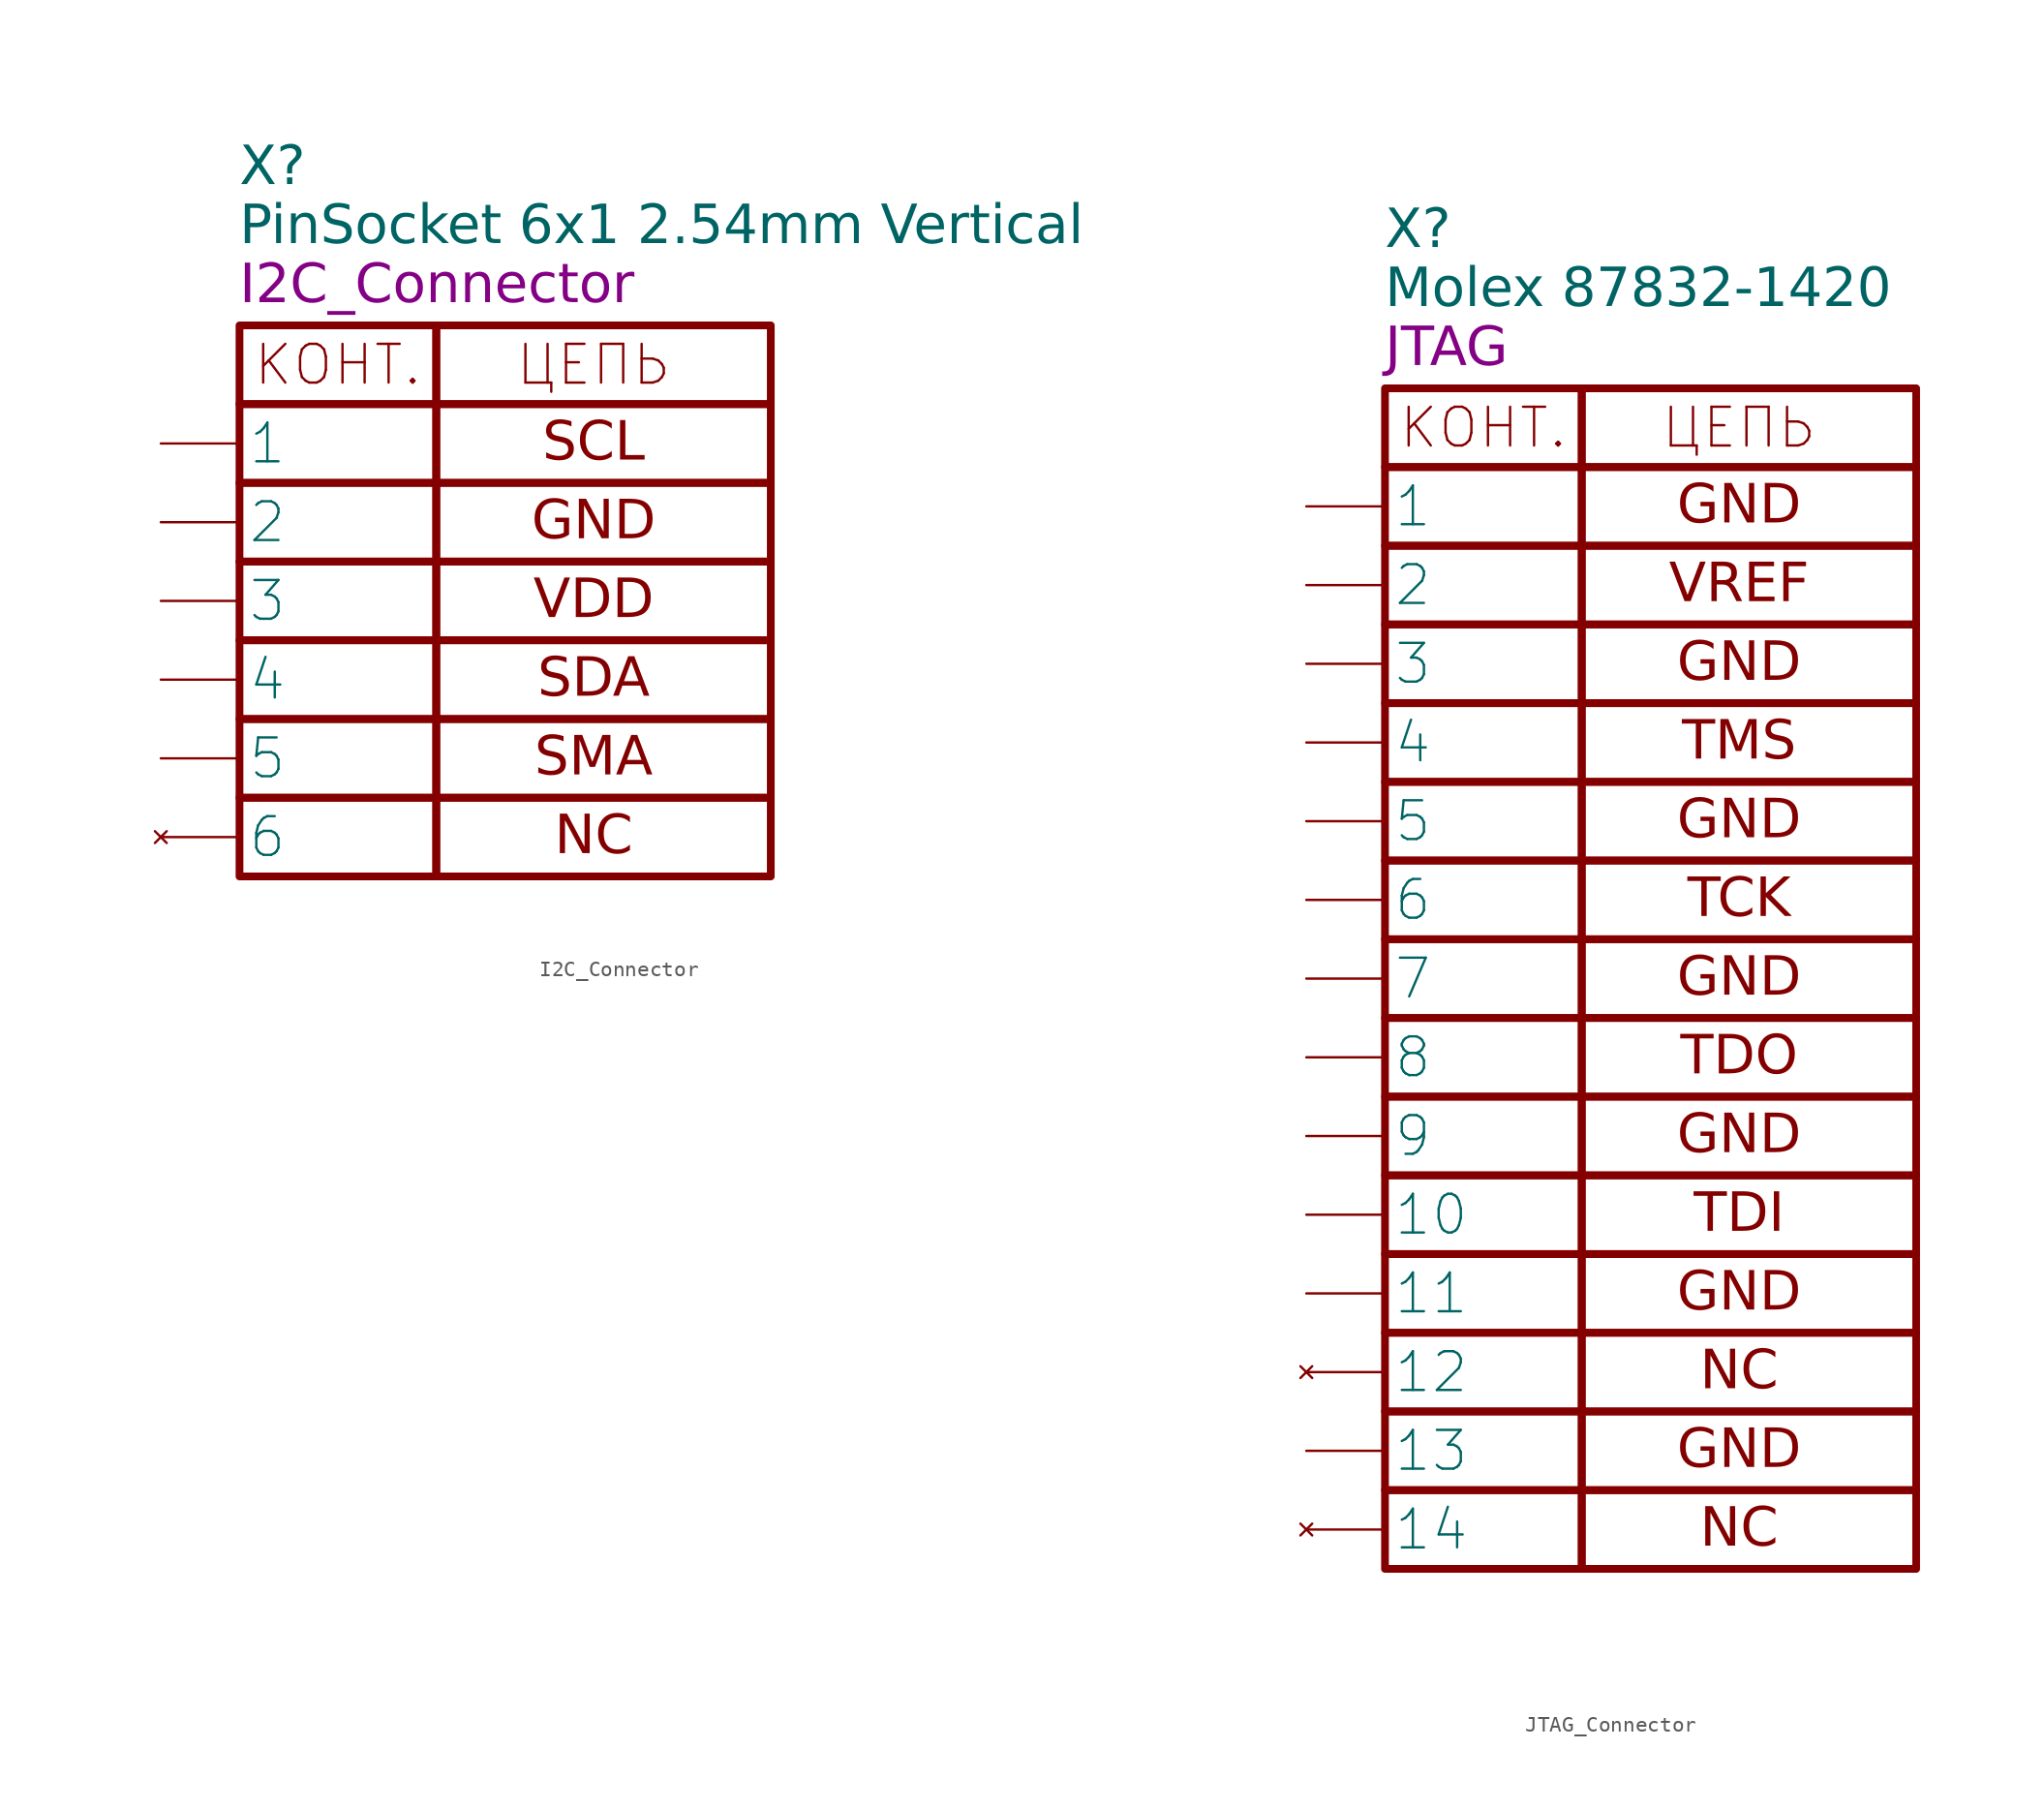
<source format=kicad_sym>
(kicad_symbol_lib
  (version 20241209)
  (generator "kicad_symbol_editor")
  (generator_version "9.0")
  (symbol "I2C_Connector"
    (pin_numbers
      (hide yes))
    (property "Reference" "X"
      (at -12.7 10.16 0)
      (effects (font (face "GOST type A") (size 2.5 2.5) (italic yes)) (justify left)))
    (property "Value" "PinSocket 6x1 2.54mm Vertical"
      (at -12.7 6.35 0)
      (effects (font (face "GOST type A") (size 2.5 2.5) (italic yes)) (justify left)))
    (property "Name" "I2C_Connector"
      (at -12.7 2.54 0)
      (effects (font (face "GOST type A") (size 2.5 2.5) (italic yes)) (justify left)))
    (symbol "I2C_Connector_0_1"
      (rectangle (start -12.7 0) (end 0 -5.08) (stroke (width 0.5) (type default)) (fill (type none)))
      (rectangle (start -12.7 -5.08) (end 0 -10.16) (stroke (width 0.5) (type default)) (fill (type none)))
      (rectangle (start -12.7 -10.16) (end 0 -15.24) (stroke (width 0.5) (type default)) (fill (type none)))
      (rectangle (start -12.7 -15.24) (end 0 -20.32) (stroke (width 0.5) (type default)) (fill (type none)))
      (rectangle (start -12.7 -20.32) (end 0 -25.4) (stroke (width 0.5) (type default)) (fill (type none)))
      (rectangle (start -12.7 -25.4) (end 0 -30.48) (stroke (width 0.5) (type default)) (fill (type none)))
      (rectangle (start -12.7 -30.48) (end 0 -35.56) (stroke (width 0.5) (type default)) (fill (type none)))
      (rectangle (start 0 0) (end 21.59 -5.08) (stroke (width 0.5) (type default)) (fill (type none)))
      (text "КОНТ." (at -6.35 -2.54 0) (effects (font (size 2.5 2.5))))
      (text "ЦЕПЬ" (at 10.16 -2.54 0) (effects (font (size 2.5 2.5)))))
    (symbol "I2C_Connector_1_1"
      (rectangle (start 0 -10.16) (end 21.59 -5.08) (stroke (width 0.5) (type default)) (fill (type none)))
      (rectangle (start 0 -15.24) (end 21.59 -10.16) (stroke (width 0.5) (type default)) (fill (type none)))
      (rectangle (start 0 -15.24) (end 21.59 -20.32) (stroke (width 0.5) (type default)) (fill (type none)))
      (rectangle (start 0 -25.4) (end 21.59 -20.32) (stroke (width 0.5) (type default)) (fill (type none)))
      (rectangle (start 0 -30.48) (end 21.59 -25.4) (stroke (width 0.5) (type default)) (fill (type none)))
      (rectangle (start 0 -35.56) (end 21.59 -30.48) (stroke (width 0.5) (type default)) (fill (type none)))
      (text "SCL" (at 10.16 -7.62 0) (effects (font (face "GOST type A") (size 2.5 2.5))))
      (text "GND\n" (at 10.16 -12.7 0) (effects (font (face "GOST type A") (size 2.5 2.5))))
      (text "VDD" (at 10.16 -17.78 0) (effects (font (face "GOST type A") (size 2.5 2.5))))
      (text "SDA" (at 10.16 -22.86 0) (effects (font (face "GOST type A") (size 2.5 2.5))))
      (text "SMA" (at 10.16 -27.94 0) (effects (font (face "GOST type A") (size 2.5 2.5))))
      (text "NC" (at 10.16 -33.02 0) (effects (font (face "GOST type A") (size 2.5 2.5))))
      (pin open_collector line (at -17.78 -7.62 0) (length 5.08) (name "1" (effects (font (size 2.5 2.5)))) (number "1" (effects (font (size 2.5 2.5)))))
      (pin power_in line (at -17.78 -12.7 0) (length 5.08) (name "2" (effects (font (size 2.5 2.5)))) (number "2" (effects (font (size 2.5 2.5)))))
      (pin passive line (at -17.78 -17.78 0) (length 5.08) (name "3" (effects (font (size 2.5 2.5)))) (number "3" (effects (font (size 2.5 2.5)))))
      (pin open_collector line (at -17.78 -22.86 0) (length 5.08) (name "4" (effects (font (size 2.5 2.5)))) (number "4" (effects (font (size 2.5 2.5)))))
      (pin open_collector line (at -17.78 -27.94 0) (length 5.08) (name "5" (effects (font (size 2.5 2.5)))) (number "5" (effects (font (size 2.5 2.5)))))
      (pin no_connect line (at -17.78 -33.02 0) (length 5.08) (name "6" (effects (font (size 2.5 2.5)))) (number "6" (effects (font (size 2.5 2.5)))))))
  (symbol "JTAG_Connector"
    (pin_numbers
      (hide yes))
    (property "Reference" "X"
      (at -12.7 10.16 0)
      (effects (font (face "GOST type A") (size 2.5 2.5) (italic yes)) (justify left)))
    (property "Value" "Molex 87832-1420"
      (at -12.7 6.35 0)
      (effects (font (face "GOST type A") (size 2.5 2.5) (italic yes)) (justify left)))
    (property "Name" "JTAG"
      (at -12.7 2.54 0)
      (effects (font (face "GOST type A") (size 2.5 2.5) (italic yes)) (justify left)))
    (symbol "JTAG_Connector_0_1"
      (rectangle (start -12.7 0) (end 0 -5.08) (stroke (width 0.5) (type default)) (fill (type none)))
      (rectangle (start -12.7 -5.08) (end 0 -10.16) (stroke (width 0.5) (type default)) (fill (type none)))
      (rectangle (start -12.7 -10.16) (end 0 -15.24) (stroke (width 0.5) (type default)) (fill (type none)))
      (rectangle (start -12.7 -15.24) (end 0 -20.32) (stroke (width 0.5) (type default)) (fill (type none)))
      (rectangle (start -12.7 -20.32) (end 0 -25.4) (stroke (width 0.5) (type default)) (fill (type none)))
      (rectangle (start -12.7 -25.4) (end 0 -30.48) (stroke (width 0.5) (type default)) (fill (type none)))
      (rectangle (start -12.7 -30.48) (end 0 -35.56) (stroke (width 0.5) (type default)) (fill (type none)))
      (rectangle (start -12.7 -35.56) (end 0 -40.64) (stroke (width 0.5) (type default)) (fill (type none)))
      (rectangle (start -12.7 -40.64) (end 0 -45.72) (stroke (width 0.5) (type default)) (fill (type none)))
      (rectangle (start -12.7 -45.72) (end 0 -50.8) (stroke (width 0.5) (type default)) (fill (type none)))
      (rectangle (start -12.7 -50.8) (end 0 -55.88) (stroke (width 0.5) (type default)) (fill (type none)))
      (rectangle (start -12.7 -55.88) (end 0 -60.96) (stroke (width 0.5) (type default)) (fill (type none)))
      (rectangle (start -12.7 -60.96) (end 0 -66.04) (stroke (width 0.5) (type default)) (fill (type none)))
      (rectangle (start -12.7 -66.04) (end 0 -71.12) (stroke (width 0.5) (type default)) (fill (type none)))
      (rectangle (start -12.7 -71.12) (end 0 -76.2) (stroke (width 0.5) (type default)) (fill (type none)))
      (rectangle (start 0 0) (end 21.59 -5.08) (stroke (width 0.5) (type default)) (fill (type none)))
      (text "КОНТ." (at -6.35 -2.54 0) (effects (font (size 2.5 2.5))))
      (text "ЦЕПЬ" (at 10.16 -2.54 0) (effects (font (size 2.5 2.5)))))
    (symbol "JTAG_Connector_1_1"
      (rectangle (start 0 -10.16) (end 21.59 -5.08) (stroke (width 0.5) (type default)) (fill (type none)))
      (rectangle (start 0 -15.24) (end 21.59 -10.16) (stroke (width 0.5) (type default)) (fill (type none)))
      (rectangle (start 0 -20.32) (end 21.59 -15.24) (stroke (width 0.5) (type default)) (fill (type none)))
      (rectangle (start 0 -25.4) (end 21.59 -20.32) (stroke (width 0.5) (type default)) (fill (type none)))
      (rectangle (start 0 -30.48) (end 21.59 -25.4) (stroke (width 0.5) (type default)) (fill (type none)))
      (rectangle (start 0 -35.56) (end 21.59 -30.48) (stroke (width 0.5) (type default)) (fill (type none)))
      (rectangle (start 0 -40.64) (end 21.59 -35.56) (stroke (width 0.5) (type default)) (fill (type none)))
      (rectangle (start 0 -45.72) (end 21.59 -40.64) (stroke (width 0.5) (type default)) (fill (type none)))
      (rectangle (start 0 -50.8) (end 21.59 -45.72) (stroke (width 0.5) (type default)) (fill (type none)))
      (rectangle (start 0 -55.88) (end 21.59 -50.8) (stroke (width 0.5) (type default)) (fill (type none)))
      (rectangle (start 0 -60.96) (end 21.59 -55.88) (stroke (width 0.5) (type default)) (fill (type none)))
      (rectangle (start 0 -66.04) (end 21.59 -60.96) (stroke (width 0.5) (type default)) (fill (type none)))
      (rectangle (start 0 -71.12) (end 21.59 -66.04) (stroke (width 0.5) (type default)) (fill (type none)))
      (rectangle (start 0 -76.2) (end 21.59 -71.12) (stroke (width 0.5) (type default)) (fill (type none)))
      (text "GND" (at 10.16 -7.62 0) (effects (font (face "GOST type A") (size 2.5 2.5))))
      (text "VREF\n" (at 10.16 -12.7 0) (effects (font (face "GOST type A") (size 2.5 2.5))))
      (text "GND" (at 10.16 -17.78 0) (effects (font (face "GOST type A") (size 2.5 2.5))))
      (text "TMS" (at 10.16 -22.86 0) (effects (font (face "GOST type A") (size 2.5 2.5))))
      (text "GND" (at 10.16 -27.94 0) (effects (font (face "GOST type A") (size 2.5 2.5))))
      (text "TCK" (at 10.16 -33.02 0) (effects (font (face "GOST type A") (size 2.5 2.5))))
      (text "GND" (at 10.16 -38.1 0) (effects (font (face "GOST type A") (size 2.5 2.5))))
      (text "TDO" (at 10.16 -43.18 0) (effects (font (face "GOST type A") (size 2.5 2.5))))
      (text "GND" (at 10.16 -48.26 0) (effects (font (face "GOST type A") (size 2.5 2.5))))
      (text "TDI" (at 10.16 -53.34 0) (effects (font (face "GOST type A") (size 2.5 2.5))))
      (text "GND" (at 10.16 -58.42 0) (effects (font (face "GOST type A") (size 2.5 2.5))))
      (text "NC" (at 10.16 -63.5 0) (effects (font (face "GOST type A") (size 2.5 2.5))))
      (text "GND" (at 10.16 -68.58 0) (effects (font (face "GOST type A") (size 2.5 2.5))))
      (text "NC" (at 10.16 -73.66 0) (effects (font (face "GOST type A") (size 2.5 2.5))))
      (pin power_in line (at -17.78 -7.62 0) (length 5.08) (name "1" (effects (font (size 2.5 2.5)))) (number "1" (effects (font (size 2.5 2.5)))))
      (pin power_in line (at -17.78 -12.7 0) (length 5.08) (name "2" (effects (font (size 2.5 2.5)))) (number "2" (effects (font (size 2.5 2.5)))))
      (pin power_in line (at -17.78 -17.78 0) (length 5.08) (name "3" (effects (font (size 2.5 2.5)))) (number "3" (effects (font (size 2.5 2.5)))))
      (pin output line (at -17.78 -22.86 0) (length 5.08) (name "4" (effects (font (size 2.5 2.5)))) (number "4" (effects (font (size 2.5 2.5)))))
      (pin power_in line (at -17.78 -27.94 0) (length 5.08) (name "5" (effects (font (size 2.5 2.5)))) (number "5" (effects (font (size 2.5 2.5)))))
      (pin output line (at -17.78 -33.02 0) (length 5.08) (name "6" (effects (font (size 2.5 2.5)))) (number "6" (effects (font (size 2.5 2.5)))))
      (pin power_in line (at -17.78 -38.1 0) (length 5.08) (name "7" (effects (font (size 2.5 2.5)))) (number "7" (effects (font (size 2.5 2.5)))))
      (pin input line (at -17.78 -43.18 0) (length 5.08) (name "8" (effects (font (size 2.5 2.5)))) (number "8" (effects (font (size 2.5 2.5)))))
      (pin power_in line (at -17.78 -48.26 0) (length 5.08) (name "9" (effects (font (size 2.5 2.5)))) (number "9" (effects (font (size 2.5 2.5)))))
      (pin output line (at -17.78 -53.34 0) (length 5.08) (name "10" (effects (font (size 2.5 2.5)))) (number "10" (effects (font (size 2.5 2.5)))))
      (pin power_in line (at -17.78 -58.42 0) (length 5.08) (name "11" (effects (font (size 2.5 2.5)))) (number "11" (effects (font (size 2.5 2.5)))))
      (pin no_connect line (at -17.78 -63.5 0) (length 5.08) (name "12" (effects (font (size 2.5 2.5)))) (number "12" (effects (font (size 2.5 2.5)))))
      (pin power_in line (at -17.78 -68.58 0) (length 5.08) (name "13" (effects (font (size 2.5 2.5)))) (number "13" (effects (font (size 2.5 2.5)))))
      (pin no_connect line (at -17.78 -73.66 0) (length 5.08) (name "14" (effects (font (size 2.5 2.5)))) (number "14" (effects (font (size 2.5 2.5))))))))
</source>
